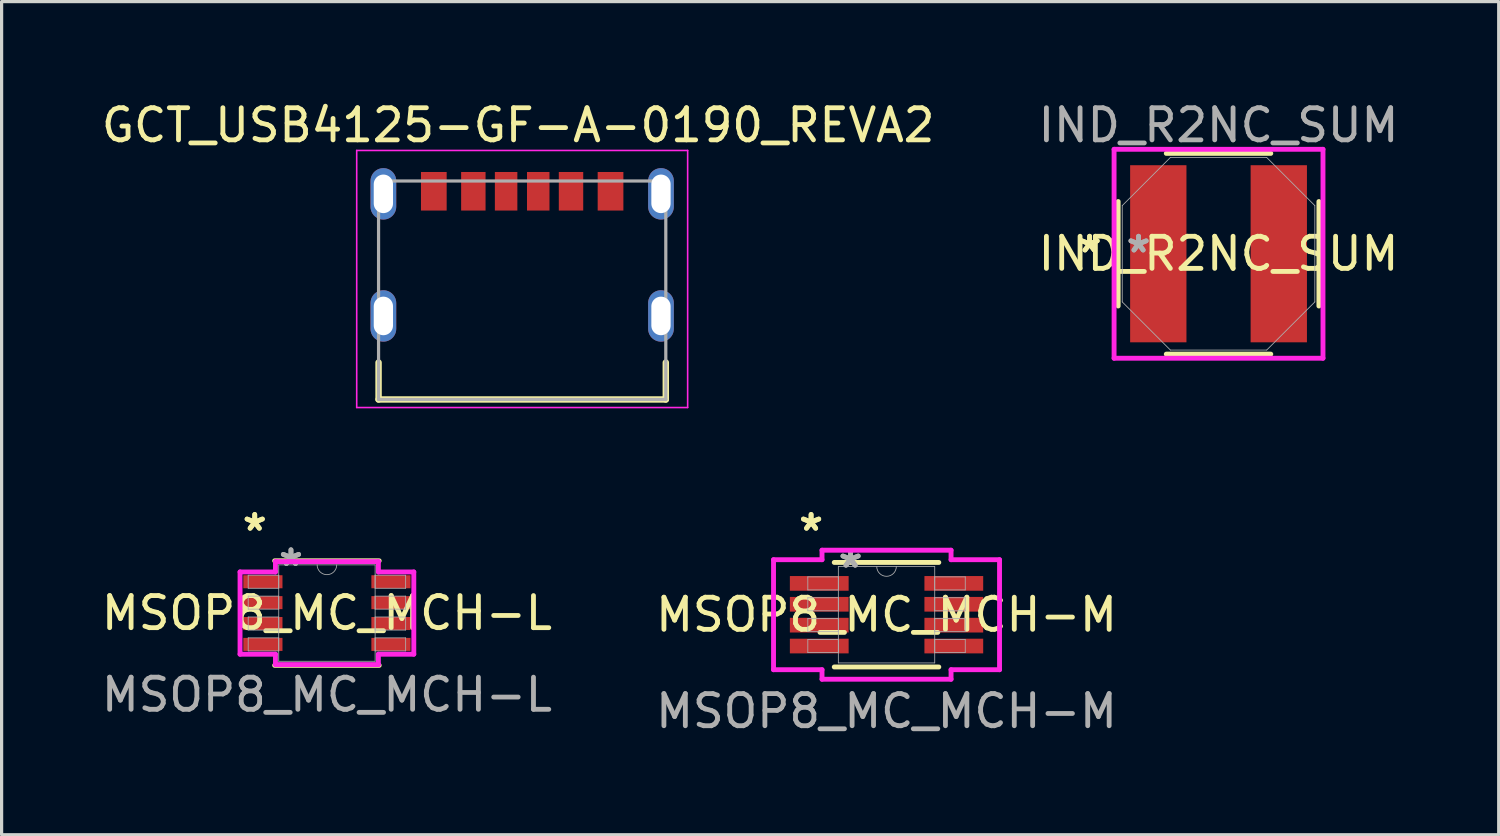
<source format=kicad_pcb>
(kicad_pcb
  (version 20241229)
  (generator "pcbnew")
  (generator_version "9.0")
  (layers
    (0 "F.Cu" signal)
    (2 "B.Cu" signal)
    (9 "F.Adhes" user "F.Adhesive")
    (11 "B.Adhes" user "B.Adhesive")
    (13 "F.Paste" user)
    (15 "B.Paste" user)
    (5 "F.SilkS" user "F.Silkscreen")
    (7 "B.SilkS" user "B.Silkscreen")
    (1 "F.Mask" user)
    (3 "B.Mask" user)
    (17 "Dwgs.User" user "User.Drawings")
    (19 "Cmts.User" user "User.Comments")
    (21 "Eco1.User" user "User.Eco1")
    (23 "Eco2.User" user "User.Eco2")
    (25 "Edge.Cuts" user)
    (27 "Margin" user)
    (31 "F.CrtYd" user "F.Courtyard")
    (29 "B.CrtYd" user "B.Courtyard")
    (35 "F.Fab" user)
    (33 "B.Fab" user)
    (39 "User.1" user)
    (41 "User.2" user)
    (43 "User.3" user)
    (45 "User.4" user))
  (footprint "MSOP8_MC_MCH-L"
    (layer "F.Cu")
    (at 7.125 16.031)
    (property "Reference" "MSOP8_MC_MCH-L" (at 0 0 0) (unlocked yes) (layer "F.SilkS") (effects (font (size 1 1) (thickness 0.15))))
    (attr smd)
    (fp_line (start -1.627 1.627) (end 1.627 1.627) (stroke (width 0.152) (type solid)) (layer "F.SilkS"))
    (fp_line (start 1.627 -1.627) (end -1.627 -1.627) (stroke (width 0.152) (type solid)) (layer "F.SilkS"))
    (fp_line (start -2.704 -1.28) (end -1.602 -1.28) (stroke (width 0.152) (type solid)) (layer "F.CrtYd"))
    (fp_line (start -2.704 1.28) (end -2.704 -1.28) (stroke (width 0.152) (type solid)) (layer "F.CrtYd"))
    (fp_line (start -2.704 1.28) (end -1.602 1.28) (stroke (width 0.152) (type solid)) (layer "F.CrtYd"))
    (fp_line (start -1.602 -1.602) (end 1.602 -1.602) (stroke (width 0.152) (type solid)) (layer "F.CrtYd"))
    (fp_line (start -1.602 -1.28) (end -1.602 -1.602) (stroke (width 0.152) (type solid)) (layer "F.CrtYd"))
    (fp_line (start -1.602 1.602) (end -1.602 1.28) (stroke (width 0.152) (type solid)) (layer "F.CrtYd"))
    (fp_line (start 1.602 -1.602) (end 1.602 -1.28) (stroke (width 0.152) (type solid)) (layer "F.CrtYd"))
    (fp_line (start 1.602 1.28) (end 1.602 1.602) (stroke (width 0.152) (type solid)) (layer "F.CrtYd"))
    (fp_line (start 1.602 1.602) (end -1.602 1.602) (stroke (width 0.152) (type solid)) (layer "F.CrtYd"))
    (fp_line (start 2.704 -1.28) (end 1.602 -1.28) (stroke (width 0.152) (type solid)) (layer "F.CrtYd"))
    (fp_line (start 2.704 -1.28) (end 2.704 1.28) (stroke (width 0.152) (type solid)) (layer "F.CrtYd"))
    (fp_line (start 2.704 1.28) (end 1.602 1.28) (stroke (width 0.152) (type solid)) (layer "F.CrtYd"))
    (fp_line (start -2.45 -1.178) (end -2.45 -0.772) (stroke (width 0.025) (type solid)) (layer "F.Fab"))
    (fp_line (start -2.45 -0.772) (end -1.5 -0.772) (stroke (width 0.025) (type solid)) (layer "F.Fab"))
    (fp_line (start -2.45 -0.528) (end -2.45 -0.122) (stroke (width 0.025) (type solid)) (layer "F.Fab"))
    (fp_line (start -2.45 -0.122) (end -1.5 -0.122) (stroke (width 0.025) (type solid)) (layer "F.Fab"))
    (fp_line (start -2.45 0.122) (end -2.45 0.528) (stroke (width 0.025) (type solid)) (layer "F.Fab"))
    (fp_line (start -2.45 0.528) (end -1.5 0.528) (stroke (width 0.025) (type solid)) (layer "F.Fab"))
    (fp_line (start -2.45 0.772) (end -2.45 1.178) (stroke (width 0.025) (type solid)) (layer "F.Fab"))
    (fp_line (start -2.45 1.178) (end -1.5 1.178) (stroke (width 0.025) (type solid)) (layer "F.Fab"))
    (fp_line (start -1.5 -1.5) (end -1.5 1.5) (stroke (width 0.025) (type solid)) (layer "F.Fab"))
    (fp_line (start -1.5 -1.178) (end -2.45 -1.178) (stroke (width 0.025) (type solid)) (layer "F.Fab"))
    (fp_line (start -1.5 -0.772) (end -1.5 -1.178) (stroke (width 0.025) (type solid)) (layer "F.Fab"))
    (fp_line (start -1.5 -0.528) (end -2.45 -0.528) (stroke (width 0.025) (type solid)) (layer "F.Fab"))
    (fp_line (start -1.5 -0.122) (end -1.5 -0.528) (stroke (width 0.025) (type solid)) (layer "F.Fab"))
    (fp_line (start -1.5 0.122) (end -2.45 0.122) (stroke (width 0.025) (type solid)) (layer "F.Fab"))
    (fp_line (start -1.5 0.528) (end -1.5 0.122) (stroke (width 0.025) (type solid)) (layer "F.Fab"))
    (fp_line (start -1.5 0.772) (end -2.45 0.772) (stroke (width 0.025) (type solid)) (layer "F.Fab"))
    (fp_line (start -1.5 1.178) (end -1.5 0.772) (stroke (width 0.025) (type solid)) (layer "F.Fab"))
    (fp_line (start -1.5 1.5) (end 1.5 1.5) (stroke (width 0.025) (type solid)) (layer "F.Fab"))
    (fp_line (start 1.5 -1.5) (end -1.5 -1.5) (stroke (width 0.025) (type solid)) (layer "F.Fab"))
    (fp_line (start 1.5 -1.178) (end 1.5 -0.772) (stroke (width 0.025) (type solid)) (layer "F.Fab"))
    (fp_line (start 1.5 -0.772) (end 2.45 -0.772) (stroke (width 0.025) (type solid)) (layer "F.Fab"))
    (fp_line (start 1.5 -0.528) (end 1.5 -0.122) (stroke (width 0.025) (type solid)) (layer "F.Fab"))
    (fp_line (start 1.5 -0.122) (end 2.45 -0.122) (stroke (width 0.025) (type solid)) (layer "F.Fab"))
    (fp_line (start 1.5 0.122) (end 1.5 0.528) (stroke (width 0.025) (type solid)) (layer "F.Fab"))
    (fp_line (start 1.5 0.528) (end 2.45 0.528) (stroke (width 0.025) (type solid)) (layer "F.Fab"))
    (fp_line (start 1.5 0.772) (end 1.5 1.178) (stroke (width 0.025) (type solid)) (layer "F.Fab"))
    (fp_line (start 1.5 1.178) (end 2.45 1.178) (stroke (width 0.025) (type solid)) (layer "F.Fab"))
    (fp_line (start 1.5 1.5) (end 1.5 -1.5) (stroke (width 0.025) (type solid)) (layer "F.Fab"))
    (fp_line (start 2.45 -1.178) (end 1.5 -1.178) (stroke (width 0.025) (type solid)) (layer "F.Fab"))
    (fp_line (start 2.45 -0.772) (end 2.45 -1.178) (stroke (width 0.025) (type solid)) (layer "F.Fab"))
    (fp_line (start 2.45 -0.528) (end 1.5 -0.528) (stroke (width 0.025) (type solid)) (layer "F.Fab"))
    (fp_line (start 2.45 -0.122) (end 2.45 -0.528) (stroke (width 0.025) (type solid)) (layer "F.Fab"))
    (fp_line (start 2.45 0.122) (end 1.5 0.122) (stroke (width 0.025) (type solid)) (layer "F.Fab"))
    (fp_line (start 2.45 0.528) (end 2.45 0.122) (stroke (width 0.025) (type solid)) (layer "F.Fab"))
    (fp_line (start 2.45 0.772) (end 1.5 0.772) (stroke (width 0.025) (type solid)) (layer "F.Fab"))
    (fp_line (start 2.45 1.178) (end 2.45 0.772) (stroke (width 0.025) (type solid)) (layer "F.Fab"))
    (fp_arc (start 0.3048 -1.5) (mid 0 -1.1952) (end -0.3048 -1.5) (stroke (width 0.0254) (type solid)) (layer "F.Fab"))
    (fp_text user "*" (at -2.247 -2.524 0) (layer "F.SilkS") (effects (font (size 1 1) (thickness 0.15))))
    (fp_text user "*" (at -2.247 -2.524 0) (unlocked yes) (layer "F.SilkS") (effects (font (size 1 1) (thickness 0.15))))
    (fp_text user "*" (at -1.119 -1.424 0) (unlocked yes) (layer "F.Fab") (effects (font (size 1 1) (thickness 0.15))))
    (fp_text user "${REFERENCE}" (at 0 2.54 0) (unlocked yes) (layer "F.Fab") (effects (font (size 1 1) (thickness 0.15))))
    (fp_text user "*" (at -1.119 -1.424 0) (layer "F.Fab") (effects (font (size 1 1) (thickness 0.15))))
    (pad "1" smd rect (at -1.993 -0.975) (size 1.219 0.406) (layers "F.Cu" "F.Mask" "F.Paste"))
    (pad "2" smd rect (at -1.993 -0.325) (size 1.219 0.406) (layers "F.Cu" "F.Mask" "F.Paste"))
    (pad "3" smd rect (at -1.993 0.325) (size 1.219 0.406) (layers "F.Cu" "F.Mask" "F.Paste"))
    (pad "4" smd rect (at -1.993 0.975) (size 1.219 0.406) (layers "F.Cu" "F.Mask" "F.Paste"))
    (pad "5" smd rect (at 1.993 0.975) (size 1.219 0.406) (layers "F.Cu" "F.Mask" "F.Paste"))
    (pad "6" smd rect (at 1.993 0.325) (size 1.219 0.406) (layers "F.Cu" "F.Mask" "F.Paste"))
    (pad "7" smd rect (at 1.993 -0.325) (size 1.219 0.406) (layers "F.Cu" "F.Mask" "F.Paste"))
    (pad "8" smd rect (at 1.993 -0.975) (size 1.219 0.406) (layers "F.Cu" "F.Mask" "F.Paste")))
  (footprint "GCT_USB4125-GF-A-0190_REVA2"
    (layer "F.Cu")
    (at 13.202 5.983)
    (property "Reference" "GCT_USB4125-GF-A-0190_REVA2" (at -0.125 -5.135 0) (layer "F.SilkS") (effects (font (size 1 1) (thickness 0.15))))
    (attr smd)
    (fp_line (start -4.47 2.25) (end -4.47 3.4) (stroke (width 0.2) (type solid)) (layer "F.SilkS"))
    (fp_line (start -4.47 3.4) (end 4.47 3.4) (stroke (width 0.2) (type solid)) (layer "F.SilkS"))
    (fp_line (start 4.47 3.4) (end 4.47 2.25) (stroke (width 0.2) (type solid)) (layer "F.SilkS"))
    (fp_line (start -5.15 -4.35) (end 5.15 -4.35) (stroke (width 0.05) (type solid)) (layer "F.CrtYd"))
    (fp_line (start -5.15 3.65) (end -5.15 -4.35) (stroke (width 0.05) (type solid)) (layer "F.CrtYd"))
    (fp_line (start 5.15 -4.35) (end 5.15 3.65) (stroke (width 0.05) (type solid)) (layer "F.CrtYd"))
    (fp_line (start 5.15 3.65) (end -5.15 3.65) (stroke (width 0.05) (type solid)) (layer "F.CrtYd"))
    (fp_line (start -4.47 -3.4) (end 4.47 -3.4) (stroke (width 0.1) (type solid)) (layer "F.Fab"))
    (fp_line (start -4.47 3.4) (end -4.47 -3.4) (stroke (width 0.1) (type solid)) (layer "F.Fab"))
    (fp_line (start 4.47 -3.4) (end 4.47 3.4) (stroke (width 0.1) (type solid)) (layer "F.Fab"))
    (fp_line (start 4.47 3.4) (end -4.47 3.4) (stroke (width 0.1) (type solid)) (layer "F.Fab"))
    (pad "A5" smd rect (at -0.5 -3.08) (size 0.7 1.2) (layers "F.Cu" "F.Mask" "F.Paste"))
    (pad "A9" smd rect (at 1.52 -3.08) (size 0.76 1.2) (layers "F.Cu" "F.Mask" "F.Paste"))
    (pad "A12" smd rect (at 2.75 -3.08) (size 0.8 1.2) (layers "F.Cu" "F.Mask" "F.Paste"))
    (pad "B5" smd rect (at 0.5 -3.08) (size 0.7 1.2) (layers "F.Cu" "F.Mask" "F.Paste"))
    (pad "B9" smd rect (at -1.52 -3.08) (size 0.76 1.2) (layers "F.Cu" "F.Mask" "F.Paste"))
    (pad "B12" smd rect (at -2.75 -3.08) (size 0.8 1.2) (layers "F.Cu" "F.Mask" "F.Paste"))
    (pad "S1" thru_hole oval (at -4.32 -3) (size 0.8 1.6) (drill oval 0.6 1.2) (layers "*.Cu"))
    (pad "S2" thru_hole oval (at 4.32 -3) (size 0.8 1.6) (drill oval 0.6 1.2) (layers "*.Cu"))
    (pad "S3" thru_hole oval (at -4.32 0.8) (size 0.8 1.6) (drill oval 0.6 1.2) (layers "*.Cu"))
    (pad "S4" thru_hole oval (at 4.32 0.8) (size 0.8 1.6) (drill oval 0.6 1.2) (layers "*.Cu")))
  (footprint "IND_R2NC_SUM"
    (layer "F.Cu")
    (at 34.875 4.848)
    (property "Reference" "IND_R2NC_SUM" (at 0 0 0) (unlocked yes) (layer "F.SilkS") (effects (font (size 1 1) (thickness 0.15))))
    (attr smd)
    (fp_line (start -3.124 -1.626) (end -3.124 1.626) (stroke (width 0.152) (type solid)) (layer "F.SilkS"))
    (fp_line (start -1.626 3.124) (end 1.626 3.124) (stroke (width 0.152) (type solid)) (layer "F.SilkS"))
    (fp_line (start 1.626 -3.124) (end -1.626 -3.124) (stroke (width 0.152) (type solid)) (layer "F.SilkS"))
    (fp_line (start 3.124 1.626) (end 3.124 -1.626) (stroke (width 0.152) (type solid)) (layer "F.SilkS"))
    (fp_line (start -3.251 -3.251) (end 3.251 -3.251) (stroke (width 0.152) (type solid)) (layer "F.CrtYd"))
    (fp_line (start -3.251 3.251) (end -3.251 -3.251) (stroke (width 0.152) (type solid)) (layer "F.CrtYd"))
    (fp_line (start 3.251 -3.251) (end 3.251 3.251) (stroke (width 0.152) (type solid)) (layer "F.CrtYd"))
    (fp_line (start 3.251 3.251) (end -3.251 3.251) (stroke (width 0.152) (type solid)) (layer "F.CrtYd"))
    (fp_line (start -2.997 -1.499) (end -2.997 1.499) (stroke (width 0.025) (type solid)) (layer "F.Fab"))
    (fp_line (start -2.997 1.499) (end -1.499 2.997) (stroke (width 0.025) (type solid)) (layer "F.Fab"))
    (fp_line (start -1.499 -2.997) (end -2.997 -1.499) (stroke (width 0.025) (type solid)) (layer "F.Fab"))
    (fp_line (start -1.499 2.997) (end 1.499 2.997) (stroke (width 0.025) (type solid)) (layer "F.Fab"))
    (fp_line (start 1.499 -2.997) (end -1.499 -2.997) (stroke (width 0.025) (type solid)) (layer "F.Fab"))
    (fp_line (start 1.499 2.997) (end 2.997 1.499) (stroke (width 0.025) (type solid)) (layer "F.Fab"))
    (fp_line (start 2.997 -1.499) (end 1.499 -2.997) (stroke (width 0.025) (type solid)) (layer "F.Fab"))
    (fp_line (start 2.997 1.499) (end 2.997 -1.499) (stroke (width 0.025) (type solid)) (layer "F.Fab"))
    (fp_text user "*" (at -4.013 0 0) (layer "F.SilkS") (effects (font (size 1 1) (thickness 0.15))))
    (fp_text user "*" (at -4.013 0 0) (unlocked yes) (layer "F.SilkS") (effects (font (size 1 1) (thickness 0.15))))
    (fp_text user "${REFERENCE}" (at 0 -4 0) (unlocked yes) (layer "F.Fab") (effects (font (size 1 1) (thickness 0.15))))
    (fp_text user "*" (at -2.489 0 0) (layer "F.Fab") (effects (font (size 1 1) (thickness 0.15))))
    (fp_text user "*" (at -2.489 0 0) (unlocked yes) (layer "F.Fab") (effects (font (size 1 1) (thickness 0.15))))
    (pad "1" smd rect (at -1.875 0) (size 1.753 5.512) (layers "F.Cu" "F.Mask" "F.Paste"))
    (pad "2" smd rect (at 1.875 0) (size 1.753 5.512) (layers "F.Cu" "F.Mask" "F.Paste")))
  (footprint "MSOP8_MC_MCH-M"
    (layer "F.Cu")
    (at 24.542 16.082)
    (property "Reference" "MSOP8_MC_MCH-M" (at 0 0 0) (unlocked yes) (layer "F.SilkS") (effects (font (size 1 1) (thickness 0.15))))
    (attr smd)
    (fp_line (start -1.627 1.627) (end 1.627 1.627) (stroke (width 0.152) (type solid)) (layer "F.SilkS"))
    (fp_line (start 1.627 -1.627) (end -1.627 -1.627) (stroke (width 0.152) (type solid)) (layer "F.SilkS"))
    (fp_line (start -3.517 -1.712) (end -2.008 -1.712) (stroke (width 0.152) (type solid)) (layer "F.CrtYd"))
    (fp_line (start -3.517 1.712) (end -3.517 -1.712) (stroke (width 0.152) (type solid)) (layer "F.CrtYd"))
    (fp_line (start -3.517 1.712) (end -2.008 1.712) (stroke (width 0.152) (type solid)) (layer "F.CrtYd"))
    (fp_line (start -2.008 -2.008) (end 2.008 -2.008) (stroke (width 0.152) (type solid)) (layer "F.CrtYd"))
    (fp_line (start -2.008 -1.712) (end -2.008 -2.008) (stroke (width 0.152) (type solid)) (layer "F.CrtYd"))
    (fp_line (start -2.008 2.008) (end -2.008 1.712) (stroke (width 0.152) (type solid)) (layer "F.CrtYd"))
    (fp_line (start 2.008 -2.008) (end 2.008 -1.712) (stroke (width 0.152) (type solid)) (layer "F.CrtYd"))
    (fp_line (start 2.008 1.712) (end 2.008 2.008) (stroke (width 0.152) (type solid)) (layer "F.CrtYd"))
    (fp_line (start 2.008 2.008) (end -2.008 2.008) (stroke (width 0.152) (type solid)) (layer "F.CrtYd"))
    (fp_line (start 3.517 -1.712) (end 2.008 -1.712) (stroke (width 0.152) (type solid)) (layer "F.CrtYd"))
    (fp_line (start 3.517 -1.712) (end 3.517 1.712) (stroke (width 0.152) (type solid)) (layer "F.CrtYd"))
    (fp_line (start 3.517 1.712) (end 2.008 1.712) (stroke (width 0.152) (type solid)) (layer "F.CrtYd"))
    (fp_line (start -2.45 -1.178) (end -2.45 -0.772) (stroke (width 0.025) (type solid)) (layer "F.Fab"))
    (fp_line (start -2.45 -0.772) (end -1.5 -0.772) (stroke (width 0.025) (type solid)) (layer "F.Fab"))
    (fp_line (start -2.45 -0.528) (end -2.45 -0.122) (stroke (width 0.025) (type solid)) (layer "F.Fab"))
    (fp_line (start -2.45 -0.122) (end -1.5 -0.122) (stroke (width 0.025) (type solid)) (layer "F.Fab"))
    (fp_line (start -2.45 0.122) (end -2.45 0.528) (stroke (width 0.025) (type solid)) (layer "F.Fab"))
    (fp_line (start -2.45 0.528) (end -1.5 0.528) (stroke (width 0.025) (type solid)) (layer "F.Fab"))
    (fp_line (start -2.45 0.772) (end -2.45 1.178) (stroke (width 0.025) (type solid)) (layer "F.Fab"))
    (fp_line (start -2.45 1.178) (end -1.5 1.178) (stroke (width 0.025) (type solid)) (layer "F.Fab"))
    (fp_line (start -1.5 -1.5) (end -1.5 1.5) (stroke (width 0.025) (type solid)) (layer "F.Fab"))
    (fp_line (start -1.5 -1.178) (end -2.45 -1.178) (stroke (width 0.025) (type solid)) (layer "F.Fab"))
    (fp_line (start -1.5 -0.772) (end -1.5 -1.178) (stroke (width 0.025) (type solid)) (layer "F.Fab"))
    (fp_line (start -1.5 -0.528) (end -2.45 -0.528) (stroke (width 0.025) (type solid)) (layer "F.Fab"))
    (fp_line (start -1.5 -0.122) (end -1.5 -0.528) (stroke (width 0.025) (type solid)) (layer "F.Fab"))
    (fp_line (start -1.5 0.122) (end -2.45 0.122) (stroke (width 0.025) (type solid)) (layer "F.Fab"))
    (fp_line (start -1.5 0.528) (end -1.5 0.122) (stroke (width 0.025) (type solid)) (layer "F.Fab"))
    (fp_line (start -1.5 0.772) (end -2.45 0.772) (stroke (width 0.025) (type solid)) (layer "F.Fab"))
    (fp_line (start -1.5 1.178) (end -1.5 0.772) (stroke (width 0.025) (type solid)) (layer "F.Fab"))
    (fp_line (start -1.5 1.5) (end 1.5 1.5) (stroke (width 0.025) (type solid)) (layer "F.Fab"))
    (fp_line (start 1.5 -1.5) (end -1.5 -1.5) (stroke (width 0.025) (type solid)) (layer "F.Fab"))
    (fp_line (start 1.5 -1.178) (end 1.5 -0.772) (stroke (width 0.025) (type solid)) (layer "F.Fab"))
    (fp_line (start 1.5 -0.772) (end 2.45 -0.772) (stroke (width 0.025) (type solid)) (layer "F.Fab"))
    (fp_line (start 1.5 -0.528) (end 1.5 -0.122) (stroke (width 0.025) (type solid)) (layer "F.Fab"))
    (fp_line (start 1.5 -0.122) (end 2.45 -0.122) (stroke (width 0.025) (type solid)) (layer "F.Fab"))
    (fp_line (start 1.5 0.122) (end 1.5 0.528) (stroke (width 0.025) (type solid)) (layer "F.Fab"))
    (fp_line (start 1.5 0.528) (end 2.45 0.528) (stroke (width 0.025) (type solid)) (layer "F.Fab"))
    (fp_line (start 1.5 0.772) (end 1.5 1.178) (stroke (width 0.025) (type solid)) (layer "F.Fab"))
    (fp_line (start 1.5 1.178) (end 2.45 1.178) (stroke (width 0.025) (type solid)) (layer "F.Fab"))
    (fp_line (start 1.5 1.5) (end 1.5 -1.5) (stroke (width 0.025) (type solid)) (layer "F.Fab"))
    (fp_line (start 2.45 -1.178) (end 1.5 -1.178) (stroke (width 0.025) (type solid)) (layer "F.Fab"))
    (fp_line (start 2.45 -0.772) (end 2.45 -1.178) (stroke (width 0.025) (type solid)) (layer "F.Fab"))
    (fp_line (start 2.45 -0.528) (end 1.5 -0.528) (stroke (width 0.025) (type solid)) (layer "F.Fab"))
    (fp_line (start 2.45 -0.122) (end 2.45 -0.528) (stroke (width 0.025) (type solid)) (layer "F.Fab"))
    (fp_line (start 2.45 0.122) (end 1.5 0.122) (stroke (width 0.025) (type solid)) (layer "F.Fab"))
    (fp_line (start 2.45 0.528) (end 2.45 0.122) (stroke (width 0.025) (type solid)) (layer "F.Fab"))
    (fp_line (start 2.45 0.772) (end 1.5 0.772) (stroke (width 0.025) (type solid)) (layer "F.Fab"))
    (fp_line (start 2.45 1.178) (end 2.45 0.772) (stroke (width 0.025) (type solid)) (layer "F.Fab"))
    (fp_arc (start 0.3048 -1.5) (mid 0 -1.1952) (end -0.3048 -1.5) (stroke (width 0.0254) (type solid)) (layer "F.Fab"))
    (fp_text user "*" (at -2.348 -2.575 0) (unlocked yes) (layer "F.SilkS") (effects (font (size 1 1) (thickness 0.15))))
    (fp_text user "*" (at -2.348 -2.575 0) (layer "F.SilkS") (effects (font (size 1 1) (thickness 0.15))))
    (fp_text user "${REFERENCE}" (at 0 3 0) (unlocked yes) (layer "F.Fab") (effects (font (size 1 1) (thickness 0.15))))
    (fp_text user "*" (at -1.119 -1.424 0) (layer "F.Fab") (effects (font (size 1 1) (thickness 0.15))))
    (fp_text user "*" (at -1.119 -1.424 0) (unlocked yes) (layer "F.Fab") (effects (font (size 1 1) (thickness 0.15))))
    (pad "1" smd rect (at -2.094 -0.975) (size 1.829 0.457) (layers "F.Cu" "F.Mask" "F.Paste"))
    (pad "2" smd rect (at -2.094 -0.325) (size 1.829 0.457) (layers "F.Cu" "F.Mask" "F.Paste"))
    (pad "3" smd rect (at -2.094 0.325) (size 1.829 0.457) (layers "F.Cu" "F.Mask" "F.Paste"))
    (pad "4" smd rect (at -2.094 0.975) (size 1.829 0.457) (layers "F.Cu" "F.Mask" "F.Paste"))
    (pad "5" smd rect (at 2.094 0.975) (size 1.829 0.457) (layers "F.Cu" "F.Mask" "F.Paste"))
    (pad "6" smd rect (at 2.094 0.325) (size 1.829 0.457) (layers "F.Cu" "F.Mask" "F.Paste"))
    (pad "7" smd rect (at 2.094 -0.325) (size 1.829 0.457) (layers "F.Cu" "F.Mask" "F.Paste"))
    (pad "8" smd rect (at 2.094 -0.975) (size 1.829 0.457) (layers "F.Cu" "F.Mask" "F.Paste")))
  (gr_rect
    (start -3 -3)
    (end 43.595 22.93)
    (stroke (width 0.1) (type default))
    (fill no)
    (layer "Edge.Cuts")))
</source>
